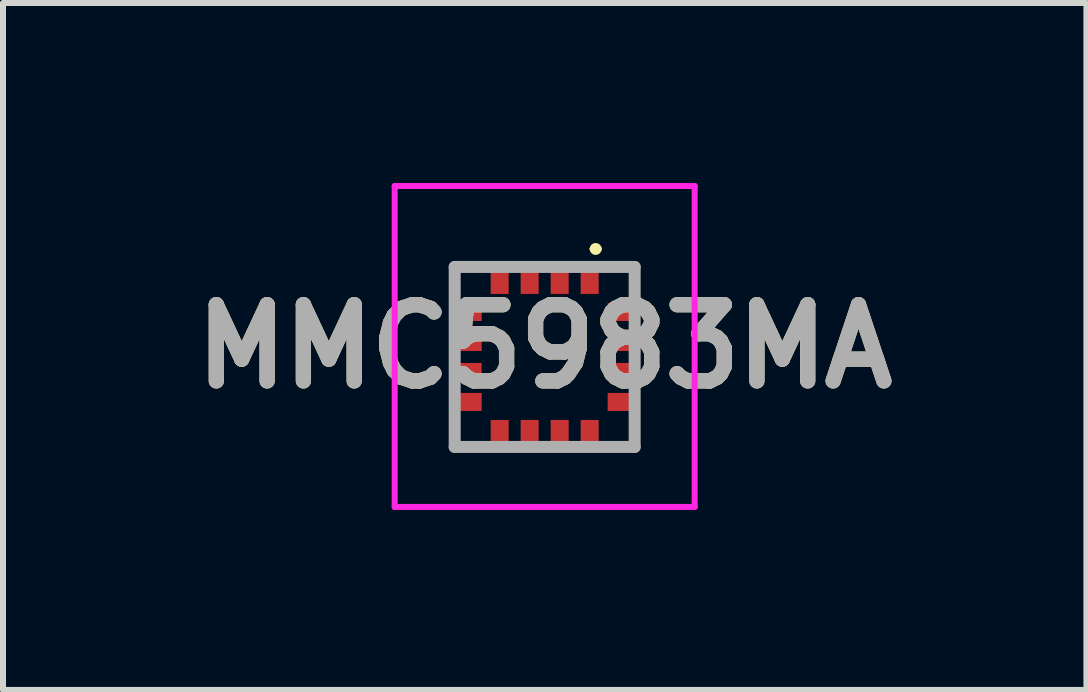
<source format=kicad_pcb>
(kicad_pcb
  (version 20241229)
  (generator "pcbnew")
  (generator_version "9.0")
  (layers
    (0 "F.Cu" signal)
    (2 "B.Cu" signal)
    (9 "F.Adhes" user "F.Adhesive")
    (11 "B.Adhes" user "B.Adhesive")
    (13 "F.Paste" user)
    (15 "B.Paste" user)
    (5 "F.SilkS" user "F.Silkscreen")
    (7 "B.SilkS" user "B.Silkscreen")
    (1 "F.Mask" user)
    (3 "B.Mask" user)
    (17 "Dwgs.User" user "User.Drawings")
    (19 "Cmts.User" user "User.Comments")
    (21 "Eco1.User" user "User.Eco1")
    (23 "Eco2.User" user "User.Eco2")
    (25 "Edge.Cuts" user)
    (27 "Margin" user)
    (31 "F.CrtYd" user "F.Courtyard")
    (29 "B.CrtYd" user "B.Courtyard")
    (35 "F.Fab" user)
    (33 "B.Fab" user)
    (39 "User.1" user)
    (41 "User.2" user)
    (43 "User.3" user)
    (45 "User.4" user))
  (footprint "MMC5983MA"
    (layer "F.Cu")
    (at 6.029 2.9)
    (property "Reference" "MMC5983MA" (at 0 -0.175 0) (layer "F.SilkS") (effects (font (size 1.27 1.27) (thickness 0.254))))
    (attr smd)
    (fp_line (start -1.5 -1.5) (end -1.5 -1) (stroke (width 0.1) (type solid)) (layer "F.SilkS"))
    (fp_line (start -1.5 1) (end -1.5 1.5) (stroke (width 0.1) (type solid)) (layer "F.SilkS"))
    (fp_line (start -1.5 1.5) (end -1 1.5) (stroke (width 0.1) (type solid)) (layer "F.SilkS"))
    (fp_line (start -1 -1.5) (end -1.5 -1.5) (stroke (width 0.1) (type solid)) (layer "F.SilkS"))
    (fp_line (start 0.8 -1.8) (end 0.8 -1.8) (stroke (width 0.1) (type solid)) (layer "F.SilkS"))
    (fp_line (start 0.9 -1.8) (end 0.9 -1.8) (stroke (width 0.1) (type solid)) (layer "F.SilkS"))
    (fp_line (start 1 1.5) (end 1.5 1.5) (stroke (width 0.1) (type solid)) (layer "F.SilkS"))
    (fp_line (start 1.2 -1.5) (end 1.5 -1.5) (stroke (width 0.1) (type solid)) (layer "F.SilkS"))
    (fp_line (start 1.5 -1.5) (end 1.5 -1) (stroke (width 0.1) (type solid)) (layer "F.SilkS"))
    (fp_line (start 1.5 1.5) (end 1.5 1) (stroke (width 0.1) (type solid)) (layer "F.SilkS"))
    (fp_arc (start 0.8 -1.8) (mid 0.85 -1.85) (end 0.9 -1.8) (stroke (width 0.1) (type solid)) (layer "F.SilkS"))
    (fp_arc (start 0.9 -1.8) (mid 0.85 -1.75) (end 0.8 -1.8) (stroke (width 0.1) (type solid)) (layer "F.SilkS"))
    (fp_line (start -2.5 -2.85) (end 2.5 -2.85) (stroke (width 0.1) (type solid)) (layer "F.CrtYd"))
    (fp_line (start -2.5 2.5) (end -2.5 -2.85) (stroke (width 0.1) (type solid)) (layer "F.CrtYd"))
    (fp_line (start 2.5 -2.85) (end 2.5 2.5) (stroke (width 0.1) (type solid)) (layer "F.CrtYd"))
    (fp_line (start 2.5 2.5) (end -2.5 2.5) (stroke (width 0.1) (type solid)) (layer "F.CrtYd"))
    (fp_line (start -1.5 -1.5) (end 1.5 -1.5) (stroke (width 0.2) (type solid)) (layer "F.Fab"))
    (fp_line (start -1.5 1.5) (end -1.5 -1.5) (stroke (width 0.2) (type solid)) (layer "F.Fab"))
    (fp_line (start 1.5 -1.5) (end 1.5 1.5) (stroke (width 0.2) (type solid)) (layer "F.Fab"))
    (fp_line (start 1.5 1.5) (end -1.5 1.5) (stroke (width 0.2) (type solid)) (layer "F.Fab"))
    (fp_text user "${REFERENCE}" (at 0 -0.175 0) (layer "F.Fab") (effects (font (size 1.27 1.27) (thickness 0.254))))
    (pad "1" smd rect (at 0.75 -1.275) (size 0.3 0.45) (layers "F.Cu" "F.Mask" "F.Paste"))
    (pad "2" smd rect (at 0.25 -1.275) (size 0.3 0.45) (layers "F.Cu" "F.Mask" "F.Paste"))
    (pad "3" smd rect (at -0.25 -1.275) (size 0.3 0.45) (layers "F.Cu" "F.Mask" "F.Paste"))
    (pad "4" smd rect (at -0.75 -1.275) (size 0.3 0.45) (layers "F.Cu" "F.Mask" "F.Paste"))
    (pad "5" smd rect (at -1.275 -0.75 90) (size 0.3 0.45) (layers "F.Cu" "F.Mask" "F.Paste"))
    (pad "6" smd rect (at -1.275 -0.25 90) (size 0.3 0.45) (layers "F.Cu" "F.Mask" "F.Paste"))
    (pad "7" smd rect (at -1.275 0.25 90) (size 0.3 0.45) (layers "F.Cu" "F.Mask" "F.Paste"))
    (pad "8" smd rect (at -1.275 0.75 90) (size 0.3 0.45) (layers "F.Cu" "F.Mask" "F.Paste"))
    (pad "9" smd rect (at -0.75 1.275) (size 0.3 0.45) (layers "F.Cu" "F.Mask" "F.Paste"))
    (pad "10" smd rect (at -0.25 1.275) (size 0.3 0.45) (layers "F.Cu" "F.Mask" "F.Paste"))
    (pad "11" smd rect (at 0.25 1.275) (size 0.3 0.45) (layers "F.Cu" "F.Mask" "F.Paste"))
    (pad "12" smd rect (at 0.75 1.275) (size 0.3 0.45) (layers "F.Cu" "F.Mask" "F.Paste"))
    (pad "13" smd rect (at 1.275 0.75 90) (size 0.3 0.45) (layers "F.Cu" "F.Mask" "F.Paste"))
    (pad "14" smd rect (at 1.275 0.25 90) (size 0.3 0.45) (layers "F.Cu" "F.Mask" "F.Paste"))
    (pad "15" smd rect (at 1.275 -0.25 90) (size 0.3 0.45) (layers "F.Cu" "F.Mask" "F.Paste"))
    (pad "16" smd rect (at 1.275 -0.75 90) (size 0.3 0.45) (layers "F.Cu" "F.Mask" "F.Paste")))
  (gr_rect
    (start -3 -3)
    (end 15.059 8.45)
    (stroke (width 0.1) (type default))
    (fill no)
    (layer "Edge.Cuts")))
</source>
